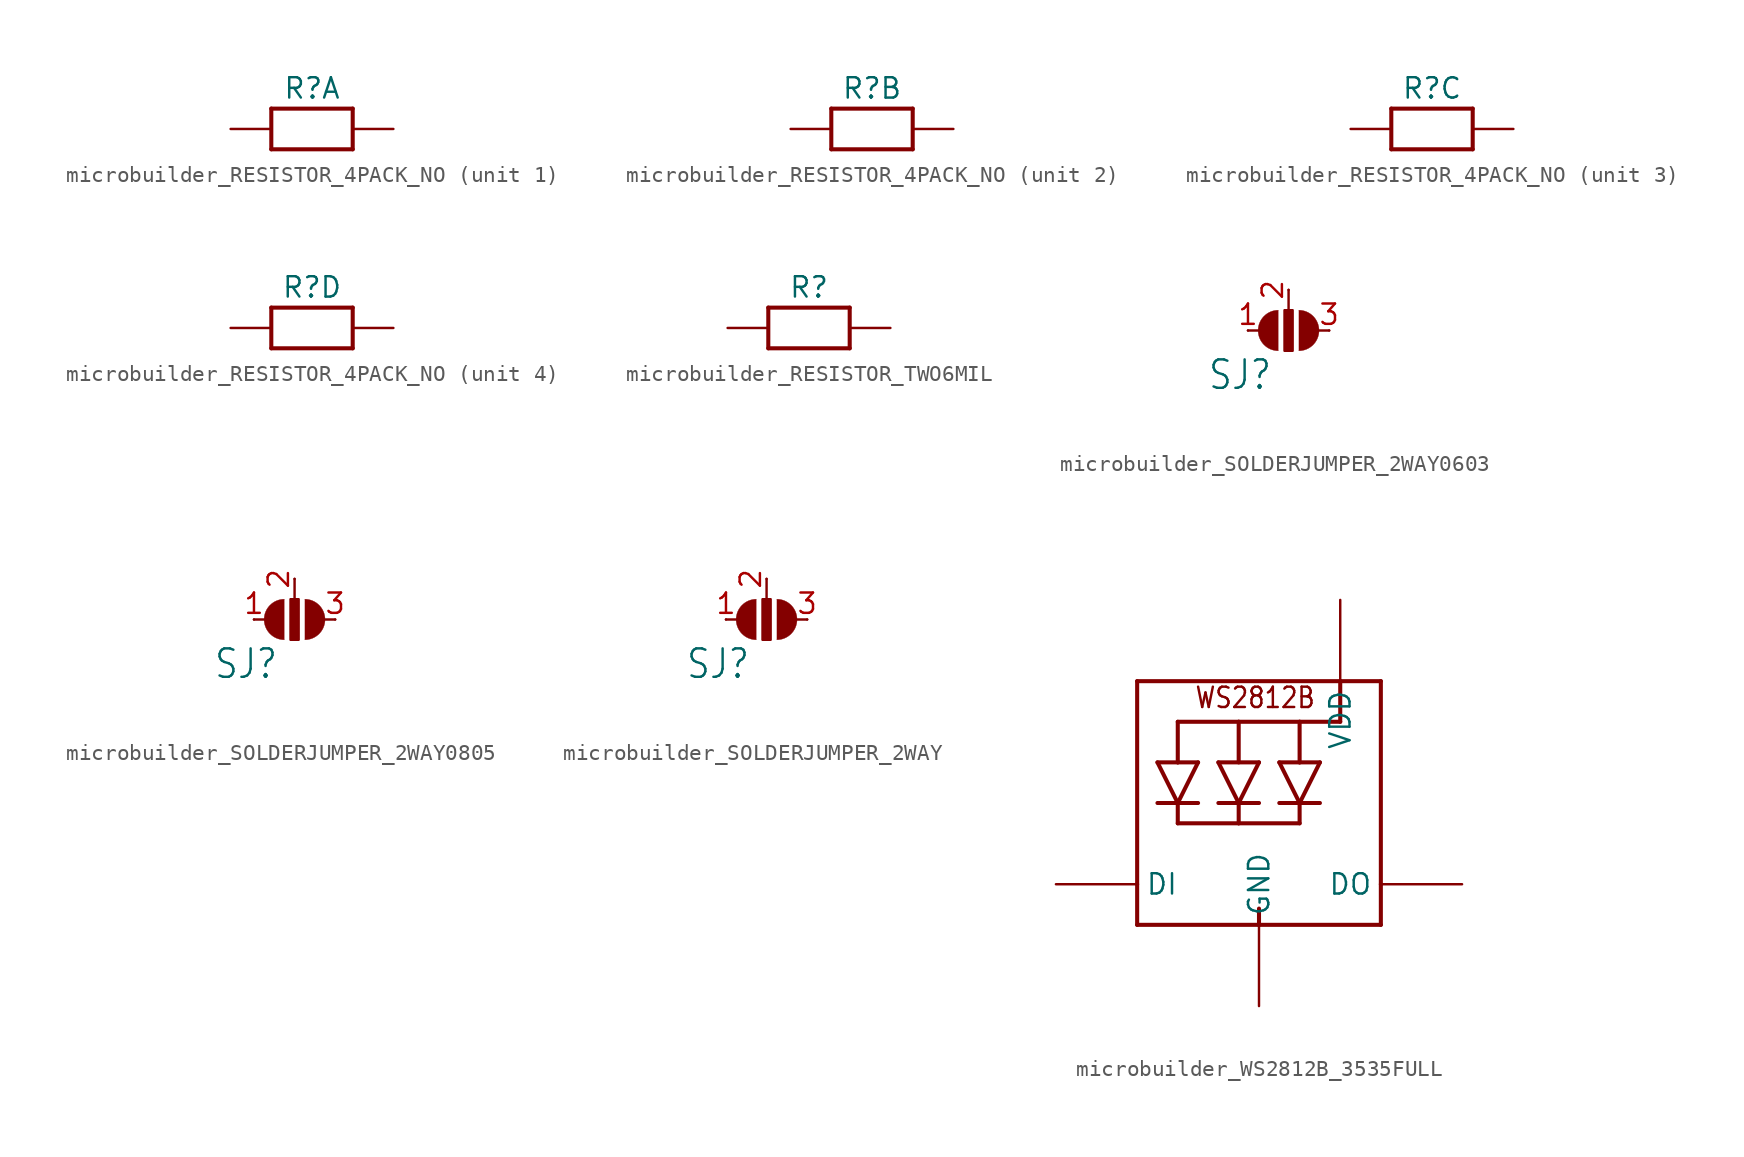
<source format=kicad_sym>
(kicad_symbol_lib
  (version 20231120)
  (generator "kicad_symbol_editor")
  (generator_version "8.0")
  (symbol "microbuilder_RESISTOR_4PACK_NO"
    (property "Reference" "R"
      (at 0 2.54 0)
      (effects (font (size 1.27 1.27))))
    (property "Value" ""
      (at 0 0 0)
      (effects (font (size 1.016 1.016) (thickness 0.203) (bold yes))))
    (property "ki_locked" ""
      (at 0 0 0)
      (effects (font (size 1.27 1.27))))
    (symbol "microbuilder_RESISTOR_4PACK_NO_1_0"
      (polyline (pts (xy -2.54 -1.27) (xy -2.54 1.27)) (stroke (width 0.254) (type solid)) (fill (type none)))
      (polyline (pts (xy -2.54 1.27) (xy 2.54 1.27)) (stroke (width 0.254) (type solid)) (fill (type none)))
      (polyline (pts (xy 2.54 -1.27) (xy -2.54 -1.27)) (stroke (width 0.254) (type solid)) (fill (type none)))
      (polyline (pts (xy 2.54 1.27) (xy 2.54 -1.27)) (stroke (width 0.254) (type solid)) (fill (type none)))
      (pin passive line (at -5.08 0 0) (length 2.54) (name "1" (effects (font (size 0 0)))) (number "1" (effects (font (size 0 0)))))
      (pin passive line (at 5.08 0 180) (length 2.54) (name "2" (effects (font (size 0 0)))) (number "8" (effects (font (size 0 0))))))
    (symbol "microbuilder_RESISTOR_4PACK_NO_2_0"
      (polyline (pts (xy -2.54 -1.27) (xy -2.54 1.27)) (stroke (width 0.254) (type solid)) (fill (type none)))
      (polyline (pts (xy -2.54 1.27) (xy 2.54 1.27)) (stroke (width 0.254) (type solid)) (fill (type none)))
      (polyline (pts (xy 2.54 -1.27) (xy -2.54 -1.27)) (stroke (width 0.254) (type solid)) (fill (type none)))
      (polyline (pts (xy 2.54 1.27) (xy 2.54 -1.27)) (stroke (width 0.254) (type solid)) (fill (type none)))
      (pin passive line (at -5.08 0 0) (length 2.54) (name "1" (effects (font (size 0 0)))) (number "2" (effects (font (size 0 0)))))
      (pin passive line (at 5.08 0 180) (length 2.54) (name "2" (effects (font (size 0 0)))) (number "7" (effects (font (size 0 0))))))
    (symbol "microbuilder_RESISTOR_4PACK_NO_3_0"
      (polyline (pts (xy -2.54 -1.27) (xy -2.54 1.27)) (stroke (width 0.254) (type solid)) (fill (type none)))
      (polyline (pts (xy -2.54 1.27) (xy 2.54 1.27)) (stroke (width 0.254) (type solid)) (fill (type none)))
      (polyline (pts (xy 2.54 -1.27) (xy -2.54 -1.27)) (stroke (width 0.254) (type solid)) (fill (type none)))
      (polyline (pts (xy 2.54 1.27) (xy 2.54 -1.27)) (stroke (width 0.254) (type solid)) (fill (type none)))
      (pin passive line (at -5.08 0 0) (length 2.54) (name "1" (effects (font (size 0 0)))) (number "3" (effects (font (size 0 0)))))
      (pin passive line (at 5.08 0 180) (length 2.54) (name "2" (effects (font (size 0 0)))) (number "6" (effects (font (size 0 0))))))
    (symbol "microbuilder_RESISTOR_4PACK_NO_4_0"
      (polyline (pts (xy -2.54 -1.27) (xy -2.54 1.27)) (stroke (width 0.254) (type solid)) (fill (type none)))
      (polyline (pts (xy -2.54 1.27) (xy 2.54 1.27)) (stroke (width 0.254) (type solid)) (fill (type none)))
      (polyline (pts (xy 2.54 -1.27) (xy -2.54 -1.27)) (stroke (width 0.254) (type solid)) (fill (type none)))
      (polyline (pts (xy 2.54 1.27) (xy 2.54 -1.27)) (stroke (width 0.254) (type solid)) (fill (type none)))
      (pin passive line (at -5.08 0 0) (length 2.54) (name "1" (effects (font (size 0 0)))) (number "4" (effects (font (size 0 0)))))
      (pin passive line (at 5.08 0 180) (length 2.54) (name "2" (effects (font (size 0 0)))) (number "5" (effects (font (size 0 0)))))))
  (symbol "microbuilder_RESISTOR_TWO6MIL"
    (property "Reference" "R"
      (at 0 2.54 0)
      (effects (font (size 1.27 1.27))))
    (property "Value" ""
      (at 0 0 0)
      (effects (font (size 1.016 1.016) (thickness 0.203) (bold yes))))
    (property "ki_locked" ""
      (at 0 0 0)
      (effects (font (size 1.27 1.27))))
    (symbol "microbuilder_RESISTOR_TWO6MIL_1_0"
      (polyline (pts (xy -2.54 -1.27) (xy -2.54 1.27)) (stroke (width 0.254) (type solid)) (fill (type none)))
      (polyline (pts (xy -2.54 1.27) (xy 2.54 1.27)) (stroke (width 0.254) (type solid)) (fill (type none)))
      (polyline (pts (xy 2.54 -1.27) (xy -2.54 -1.27)) (stroke (width 0.254) (type solid)) (fill (type none)))
      (polyline (pts (xy 2.54 1.27) (xy 2.54 -1.27)) (stroke (width 0.254) (type solid)) (fill (type none)))
      (pin passive line (at -5.08 0 0) (length 2.54) (name "1" (effects (font (size 0 0)))) (number "1" (effects (font (size 0 0)))))
      (pin passive line (at 5.08 0 180) (length 2.54) (name "2" (effects (font (size 0 0)))) (number "2" (effects (font (size 0 0)))))))
  (symbol "microbuilder_SOLDERJUMPER_2WAY0603"
    (property "Reference" "SJ"
      (at -5.08 -3.81 0)
      (effects (font (size 1.778 1.511)) (justify left bottom)))
    (property "Value" ""
      (at -5.08 -6.35 0)
      (effects (font (size 1.778 1.511)) (justify left bottom)))
    (property "ki_locked" ""
      (at 0 0 0)
      (effects (font (size 1.27 1.27))))
    (symbol "microbuilder_SOLDERJUMPER_2WAY0603_1_0"
      (arc (start -0.635 1.27) (mid -1.905 0) (end -0.635 -1.27) (stroke (width 0.0001) (type solid)) (fill (type outline)))
      (rectangle (start -0.254 -1.27) (end 0.254 1.27) (stroke (width 0) (type default)) (fill (type outline)))
      (polyline (pts (xy -2.54 0) (xy -1.651 0)) (stroke (width 0.152) (type solid)) (fill (type none)))
      (polyline (pts (xy 0 2.54) (xy 0 0.381)) (stroke (width 0.152) (type solid)) (fill (type none)))
      (polyline (pts (xy 2.54 0) (xy 1.651 0)) (stroke (width 0.152) (type solid)) (fill (type none)))
      (arc (start 0.635 -1.27) (mid 1.905 0) (end 0.635 1.27) (stroke (width 0.0001) (type solid)) (fill (type outline)))
      (pin passive line (at -2.54 0 0) (length 0) (name "1" (effects (font (size 0 0)))) (number "1" (effects (font (size 1.27 1.27)))))
      (pin passive line (at 0 2.54 270) (length 0) (name "2" (effects (font (size 0 0)))) (number "2" (effects (font (size 1.27 1.27)))))
      (pin passive line (at 2.54 0 180) (length 0) (name "3" (effects (font (size 0 0)))) (number "3" (effects (font (size 1.27 1.27)))))))
  (symbol "microbuilder_SOLDERJUMPER_2WAY0805"
    (property "Reference" "SJ"
      (at -5.08 -3.81 0)
      (effects (font (size 1.778 1.511)) (justify left bottom)))
    (property "Value" ""
      (at -5.08 -6.35 0)
      (effects (font (size 1.778 1.511)) (justify left bottom)))
    (property "ki_locked" ""
      (at 0 0 0)
      (effects (font (size 1.27 1.27))))
    (symbol "microbuilder_SOLDERJUMPER_2WAY0805_1_0"
      (arc (start -0.635 1.27) (mid -1.905 0) (end -0.635 -1.27) (stroke (width 0.0001) (type solid)) (fill (type outline)))
      (rectangle (start -0.254 -1.27) (end 0.254 1.27) (stroke (width 0) (type default)) (fill (type outline)))
      (polyline (pts (xy -2.54 0) (xy -1.651 0)) (stroke (width 0.152) (type solid)) (fill (type none)))
      (polyline (pts (xy 0 2.54) (xy 0 0.381)) (stroke (width 0.152) (type solid)) (fill (type none)))
      (polyline (pts (xy 2.54 0) (xy 1.651 0)) (stroke (width 0.152) (type solid)) (fill (type none)))
      (arc (start 0.635 -1.27) (mid 1.905 0) (end 0.635 1.27) (stroke (width 0.0001) (type solid)) (fill (type outline)))
      (pin passive line (at -2.54 0 0) (length 0) (name "1" (effects (font (size 0 0)))) (number "1" (effects (font (size 1.27 1.27)))))
      (pin passive line (at 0 2.54 270) (length 0) (name "2" (effects (font (size 0 0)))) (number "2" (effects (font (size 1.27 1.27)))))
      (pin passive line (at 2.54 0 180) (length 0) (name "3" (effects (font (size 0 0)))) (number "3" (effects (font (size 1.27 1.27)))))))
  (symbol "microbuilder_SOLDERJUMPER_2WAY"
    (property "Reference" "SJ"
      (at -5.08 -3.81 0)
      (effects (font (size 1.778 1.511)) (justify left bottom)))
    (property "Value" ""
      (at -5.08 -6.35 0)
      (effects (font (size 1.778 1.511)) (justify left bottom)))
    (property "ki_locked" ""
      (at 0 0 0)
      (effects (font (size 1.27 1.27))))
    (symbol "microbuilder_SOLDERJUMPER_2WAY_1_0"
      (arc (start -0.635 1.27) (mid -1.905 0) (end -0.635 -1.27) (stroke (width 0.0001) (type solid)) (fill (type outline)))
      (rectangle (start -0.254 -1.27) (end 0.254 1.27) (stroke (width 0) (type default)) (fill (type outline)))
      (polyline (pts (xy -2.54 0) (xy -1.651 0)) (stroke (width 0.152) (type solid)) (fill (type none)))
      (polyline (pts (xy 0 2.54) (xy 0 0.381)) (stroke (width 0.152) (type solid)) (fill (type none)))
      (polyline (pts (xy 2.54 0) (xy 1.651 0)) (stroke (width 0.152) (type solid)) (fill (type none)))
      (arc (start 0.635 -1.27) (mid 1.905 0) (end 0.635 1.27) (stroke (width 0.0001) (type solid)) (fill (type outline)))
      (pin passive line (at -2.54 0 0) (length 0) (name "1" (effects (font (size 0 0)))) (number "1" (effects (font (size 1.27 1.27)))))
      (pin passive line (at 0 2.54 270) (length 0) (name "2" (effects (font (size 0 0)))) (number "2" (effects (font (size 1.27 1.27)))))
      (pin passive line (at 2.54 0 180) (length 0) (name "3" (effects (font (size 0 0)))) (number "3" (effects (font (size 1.27 1.27)))))))
  (symbol "microbuilder_WS2812B_3535FULL"
    (property "Reference" "LED"
      (at 0 0 0)
      (effects (font (size 1.27 1.27)) (hide yes)))
    (property "ki_locked" ""
      (at 0 0 0)
      (effects (font (size 1.27 1.27))))
    (symbol "microbuilder_WS2812B_3535FULL_1_0"
      (polyline (pts (xy -7.62 -5.08) (xy 0 -5.08)) (stroke (width 0.254) (type solid)) (fill (type none)))
      (polyline (pts (xy -7.62 -2.54) (xy -7.62 -5.08)) (stroke (width 0.254) (type solid)) (fill (type none)))
      (polyline (pts (xy -7.62 10.16) (xy -7.62 -2.54)) (stroke (width 0.254) (type solid)) (fill (type none)))
      (polyline (pts (xy -6.35 2.54) (xy -5.08 2.54)) (stroke (width 0.254) (type solid)) (fill (type none)))
      (polyline (pts (xy -6.35 5.08) (xy -5.08 5.08)) (stroke (width 0.254) (type solid)) (fill (type none)))
      (polyline (pts (xy -5.08 2.54) (xy -6.35 5.08)) (stroke (width 0.254) (type solid)) (fill (type none)))
      (polyline (pts (xy -5.08 2.54) (xy -5.08 1.27)) (stroke (width 0.254) (type solid)) (fill (type none)))
      (polyline (pts (xy -5.08 2.54) (xy -3.81 5.08)) (stroke (width 0.254) (type solid)) (fill (type none)))
      (polyline (pts (xy -5.08 5.08) (xy -3.81 5.08)) (stroke (width 0.254) (type solid)) (fill (type none)))
      (polyline (pts (xy -5.08 7.62) (xy -5.08 5.08)) (stroke (width 0.254) (type solid)) (fill (type none)))
      (polyline (pts (xy -3.81 2.54) (xy -5.08 2.54)) (stroke (width 0.254) (type solid)) (fill (type none)))
      (polyline (pts (xy -2.54 2.54) (xy -1.27 2.54)) (stroke (width 0.254) (type solid)) (fill (type none)))
      (polyline (pts (xy -2.54 5.08) (xy 0 5.08)) (stroke (width 0.254) (type solid)) (fill (type none)))
      (polyline (pts (xy -1.27 1.27) (xy -5.08 1.27)) (stroke (width 0.254) (type solid)) (fill (type none)))
      (polyline (pts (xy -1.27 2.54) (xy -2.54 5.08)) (stroke (width 0.254) (type solid)) (fill (type none)))
      (polyline (pts (xy -1.27 2.54) (xy -1.27 1.27)) (stroke (width 0.254) (type solid)) (fill (type none)))
      (polyline (pts (xy -1.27 2.54) (xy 0 2.54)) (stroke (width 0.254) (type solid)) (fill (type none)))
      (polyline (pts (xy -1.27 5.08) (xy -1.27 7.62)) (stroke (width 0.254) (type solid)) (fill (type none)))
      (polyline (pts (xy -1.27 7.62) (xy -5.08 7.62)) (stroke (width 0.254) (type solid)) (fill (type none)))
      (polyline (pts (xy 0 -5.08) (xy 7.62 -5.08)) (stroke (width 0.254) (type solid)) (fill (type none)))
      (polyline (pts (xy 0 -4.064) (xy 0 -5.08)) (stroke (width 0.254) (type solid)) (fill (type none)))
      (polyline (pts (xy 0 5.08) (xy -1.27 2.54)) (stroke (width 0.254) (type solid)) (fill (type none)))
      (polyline (pts (xy 1.27 5.08) (xy 2.54 2.54)) (stroke (width 0.254) (type solid)) (fill (type none)))
      (polyline (pts (xy 1.27 5.08) (xy 2.54 5.08)) (stroke (width 0.254) (type solid)) (fill (type none)))
      (polyline (pts (xy 2.54 1.27) (xy -1.27 1.27)) (stroke (width 0.254) (type solid)) (fill (type none)))
      (polyline (pts (xy 2.54 2.54) (xy 1.27 2.54)) (stroke (width 0.254) (type solid)) (fill (type none)))
      (polyline (pts (xy 2.54 2.54) (xy 2.54 1.27)) (stroke (width 0.254) (type solid)) (fill (type none)))
      (polyline (pts (xy 2.54 2.54) (xy 3.81 2.54)) (stroke (width 0.254) (type solid)) (fill (type none)))
      (polyline (pts (xy 2.54 2.54) (xy 3.81 5.08)) (stroke (width 0.254) (type solid)) (fill (type none)))
      (polyline (pts (xy 2.54 5.08) (xy 2.54 7.62)) (stroke (width 0.254) (type solid)) (fill (type none)))
      (polyline (pts (xy 2.54 7.62) (xy -1.27 7.62)) (stroke (width 0.254) (type solid)) (fill (type none)))
      (polyline (pts (xy 2.54 7.62) (xy 5.08 7.62)) (stroke (width 0.254) (type solid)) (fill (type none)))
      (polyline (pts (xy 3.81 5.08) (xy 2.54 5.08)) (stroke (width 0.254) (type solid)) (fill (type none)))
      (polyline (pts (xy 5.08 10.16) (xy -7.62 10.16)) (stroke (width 0.254) (type solid)) (fill (type none)))
      (polyline (pts (xy 5.08 10.16) (xy 5.08 7.62)) (stroke (width 0.254) (type solid)) (fill (type none)))
      (polyline (pts (xy 7.62 -5.08) (xy 7.62 -2.54)) (stroke (width 0.254) (type solid)) (fill (type none)))
      (polyline (pts (xy 7.62 -2.54) (xy 7.62 10.16)) (stroke (width 0.254) (type solid)) (fill (type none)))
      (polyline (pts (xy 7.62 10.16) (xy 5.08 10.16)) (stroke (width 0.254) (type solid)) (fill (type none)))
      (text "WS2812B" (at -4.064 8.382 0) (effects (font (size 1.27 1.079)) (justify left bottom)))
      (pin input line (at -12.7 -2.54 0) (length 5.08) (name "DI" (effects (font (size 1.27 1.27)))) (number "1" (effects (font (size 0 0)))))
      (pin power_in line (at 5.08 15.24 270) (length 5.08) (name "VDD" (effects (font (size 1.27 1.27)))) (number "2" (effects (font (size 0 0)))))
      (pin output line (at 12.7 -2.54 180) (length 5.08) (name "DO" (effects (font (size 1.27 1.27)))) (number "3" (effects (font (size 0 0)))))
      (pin power_in line (at 0 -10.16 90) (length 5.08) (name "GND" (effects (font (size 1.27 1.27)))) (number "4" (effects (font (size 0 0))))))))
</source>
